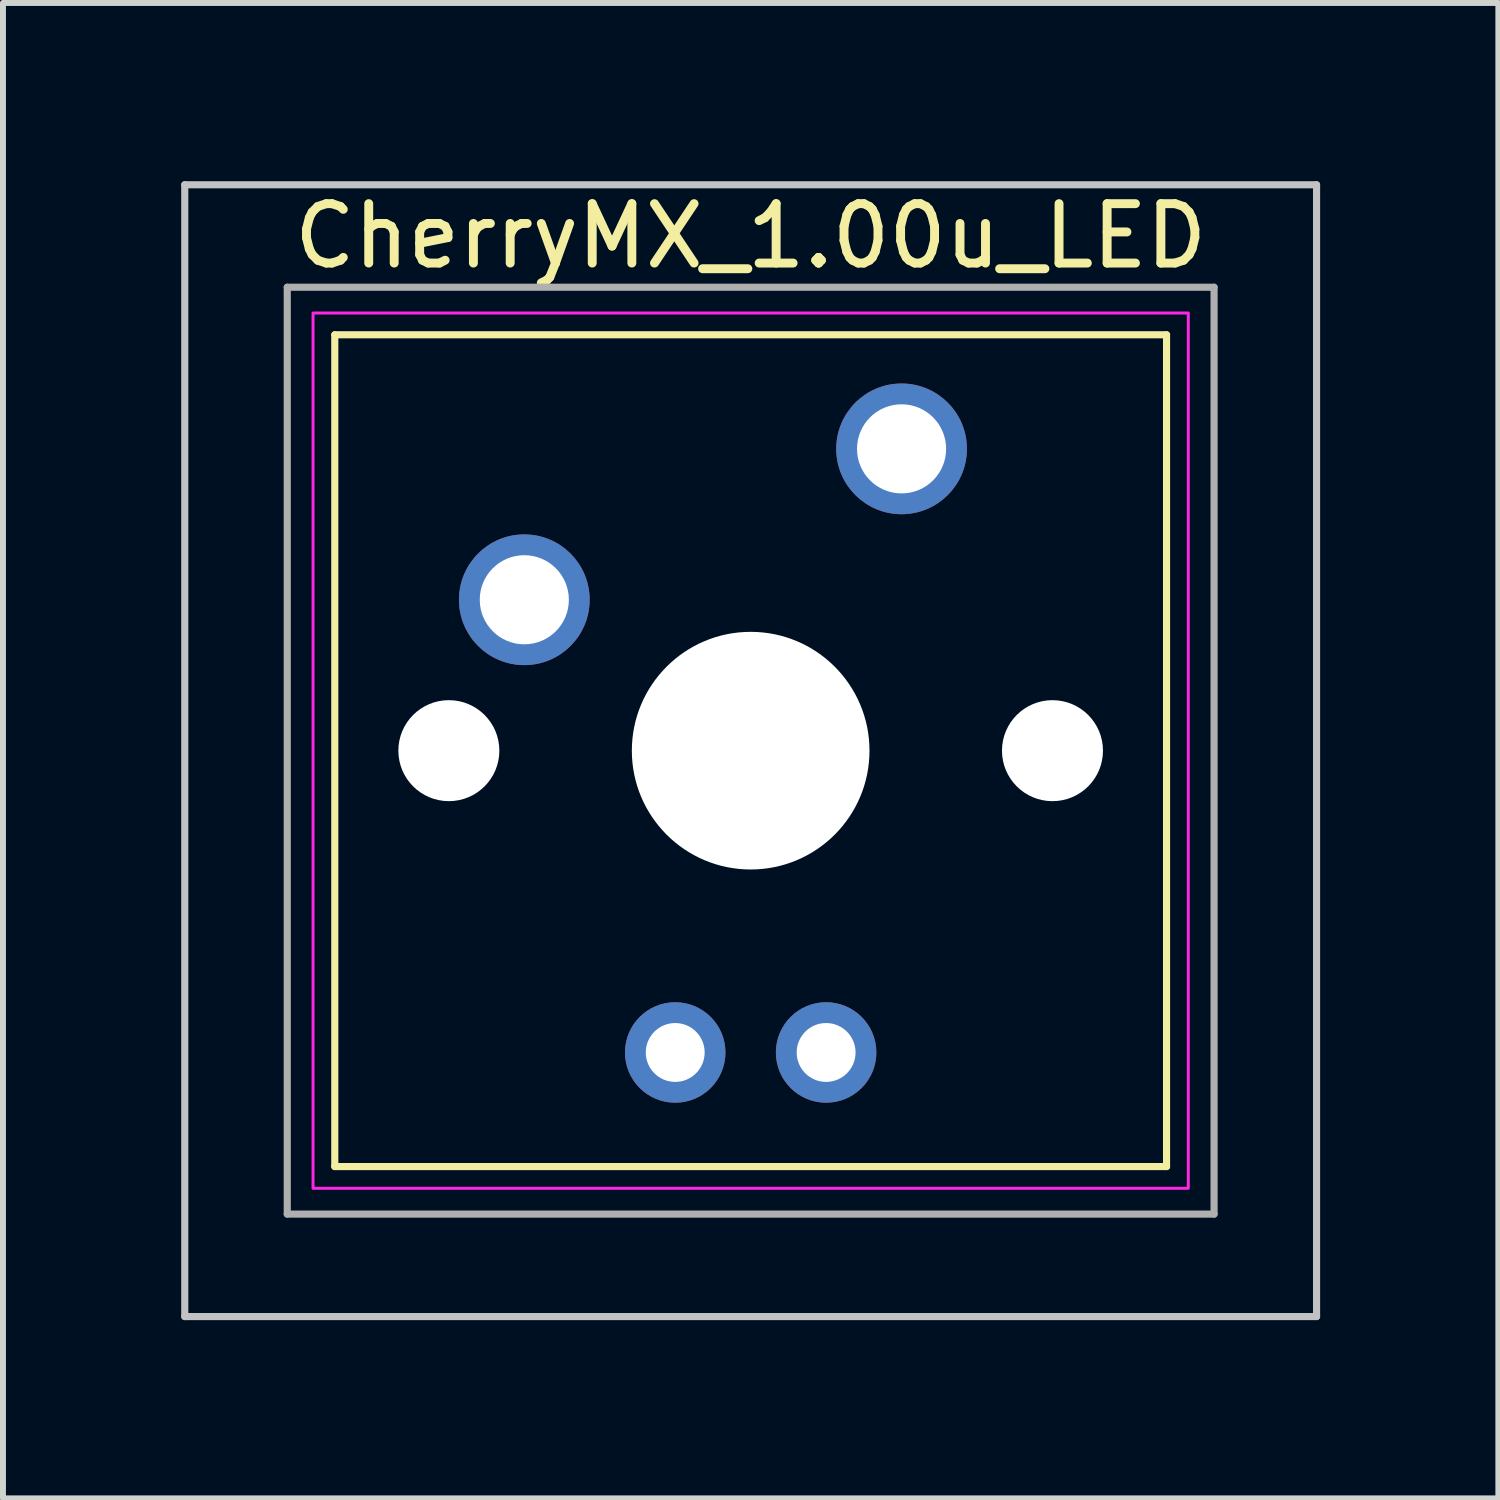
<source format=kicad_pcb>
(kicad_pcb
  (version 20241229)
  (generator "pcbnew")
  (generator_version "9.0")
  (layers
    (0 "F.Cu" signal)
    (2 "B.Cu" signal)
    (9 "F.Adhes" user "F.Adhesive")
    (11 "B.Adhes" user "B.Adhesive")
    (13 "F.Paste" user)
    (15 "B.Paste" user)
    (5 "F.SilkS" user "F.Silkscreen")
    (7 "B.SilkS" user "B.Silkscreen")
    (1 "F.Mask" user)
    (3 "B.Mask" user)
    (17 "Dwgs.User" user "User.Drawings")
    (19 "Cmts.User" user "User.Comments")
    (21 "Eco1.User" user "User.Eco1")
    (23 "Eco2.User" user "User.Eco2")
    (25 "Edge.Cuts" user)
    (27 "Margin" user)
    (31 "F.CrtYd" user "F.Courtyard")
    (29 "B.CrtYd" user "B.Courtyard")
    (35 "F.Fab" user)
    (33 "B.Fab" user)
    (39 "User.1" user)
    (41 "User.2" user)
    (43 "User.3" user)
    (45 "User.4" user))
  (footprint "CherryMX_1.00u_LED"
    (layer "F.Cu")
    (at 9.585 9.585)
    (property "Reference" "CherryMX_1.00u_LED" (at 0 -8.662 0) (layer "F.SilkS") (effects (font (size 1 1) (thickness 0.15))))
    (attr through_hole)
    (fp_line (start -7 -7) (end -7 7) (stroke (width 0.12) (type solid)) (layer "F.SilkS"))
    (fp_line (start -7 -7) (end 7 -7) (stroke (width 0.12) (type solid)) (layer "F.SilkS"))
    (fp_line (start 7 -7) (end 7 7) (stroke (width 0.12) (type solid)) (layer "F.SilkS"))
    (fp_line (start 7 7) (end -7 7) (stroke (width 0.12) (type solid)) (layer "F.SilkS"))
    (fp_line (start -9.525 -9.525) (end 9.525 -9.525) (stroke (width 0.12) (type solid)) (layer "Dwgs.User"))
    (fp_line (start -9.525 9.525) (end -9.525 -9.525) (stroke (width 0.12) (type solid)) (layer "Dwgs.User"))
    (fp_line (start 9.525 -9.525) (end 9.525 9.525) (stroke (width 0.12) (type solid)) (layer "Dwgs.User"))
    (fp_line (start 9.525 9.525) (end -9.525 9.525) (stroke (width 0.12) (type solid)) (layer "Dwgs.User"))
    (fp_rect (start -7.366 -7.366) (end 7.366 7.366) (stroke (width 0.05) (type solid)) (fill no) (layer "F.CrtYd"))
    (fp_line (start -7.8 -7.8) (end -7.8 7.8) (stroke (width 0.12) (type solid)) (layer "F.Fab"))
    (fp_line (start -7.8 -7.8) (end 7.8 -7.8) (stroke (width 0.12) (type solid)) (layer "F.Fab"))
    (fp_line (start -7.8 7.8) (end 7.8 7.8) (stroke (width 0.12) (type solid)) (layer "F.Fab"))
    (fp_line (start 7.8 -7.8) (end 7.8 7.8) (stroke (width 0.12) (type solid)) (layer "F.Fab"))
    (pad "" np_thru_hole circle (at -5.08 0) (size 1.7 1.7) (drill 1.7) (layers "*.Cu" "*.Mask"))
    (pad "" np_thru_hole circle (at 0 0) (size 4 4) (drill 4) (layers "*.Cu" "*.Mask"))
    (pad "" np_thru_hole circle (at 5.08 0) (size 1.7 1.7) (drill 1.7) (layers "*.Cu" "*.Mask"))
    (pad "1" thru_hole circle (at -3.81 -2.54) (size 2.2 2.2) (drill 1.5) (layers "*.Cu" "*.Mask"))
    (pad "2" thru_hole circle (at 2.54 -5.08) (size 2.2 2.2) (drill 1.5) (layers "*.Cu" "*.Mask"))
    (pad "3" thru_hole circle (at -1.27 5.08) (size 1.691 1.691) (drill 0.991) (layers "*.Cu" "*.Mask"))
    (pad "4" thru_hole circle (at 1.27 5.08) (size 1.691 1.691) (drill 0.991) (layers "*.Cu" "*.Mask")))
  (gr_rect
    (start -3 -3)
    (end 22.17 22.17)
    (stroke (width 0.1) (type default))
    (fill no)
    (layer "Edge.Cuts")))
</source>
